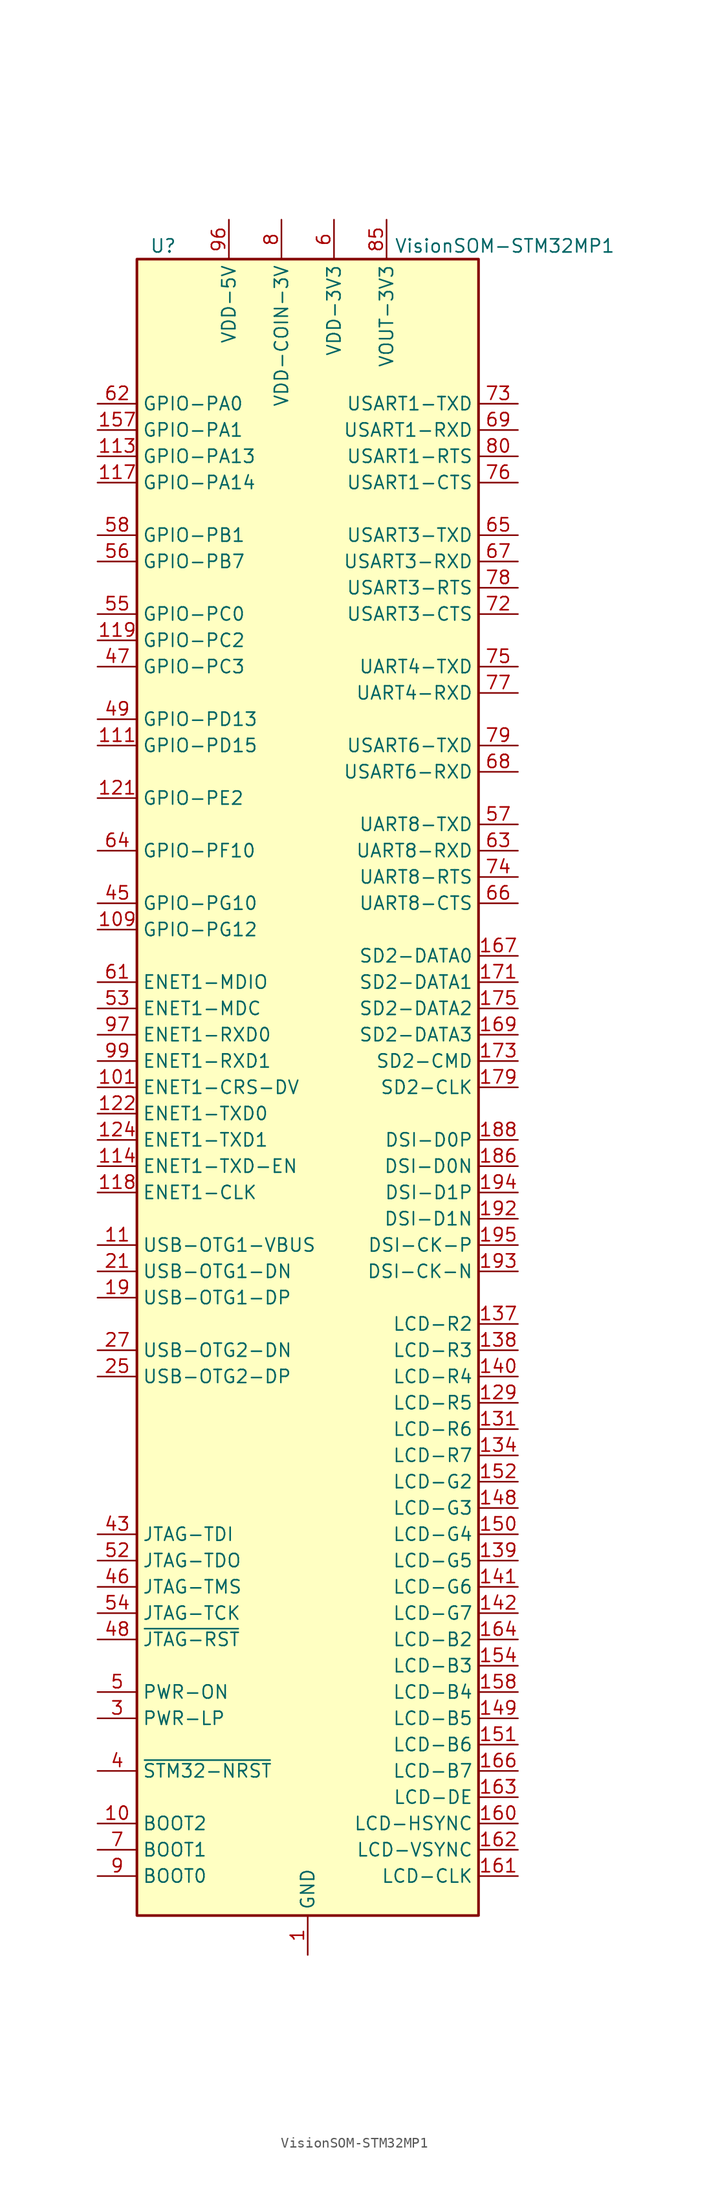
<source format=kicad_sym>
(kicad_symbol_lib
  (version 20241209)
  (generator "kicad_symbol_editor")
  (generator_version "9.0")
  (symbol "VisionSOM-STM32MP1"
    (property "Reference" "U"
      (at -13.97 81.28 0)
      (effects (font (size 1.27 1.27))))
    (property "Value" "VisionSOM-STM32MP1"
      (at 19.05 81.28 0)
      (effects (font (size 1.27 1.27))))
    (symbol "VisionSOM-STM32MP1_0_1"
      (rectangle (start -16.51 80.01) (end 16.51 -80.01) (stroke (width 0.254) (type default)) (fill (type background))))
    (symbol "VisionSOM-STM32MP1_1_1"
      (pin bidirectional line (at -20.32 66.04 0) (length 3.81) (name "GPIO-PA0" (effects (font (size 1.27 1.27)))) (number "62" (effects (font (size 1.27 1.27)))))
      (pin bidirectional line (at -20.32 63.5 0) (length 3.81) (name "GPIO-PA1" (effects (font (size 1.27 1.27)))) (number "157" (effects (font (size 1.27 1.27)))))
      (pin bidirectional line (at -20.32 60.96 0) (length 3.81) (name "GPIO-PA13" (effects (font (size 1.27 1.27)))) (number "113" (effects (font (size 1.27 1.27)))))
      (pin bidirectional line (at -20.32 58.42 0) (length 3.81) (name "GPIO-PA14" (effects (font (size 1.27 1.27)))) (number "117" (effects (font (size 1.27 1.27)))))
      (pin bidirectional line (at -20.32 53.34 0) (length 3.81) (name "GPIO-PB1" (effects (font (size 1.27 1.27)))) (number "58" (effects (font (size 1.27 1.27)))))
      (pin bidirectional line (at -20.32 50.8 0) (length 3.81) (name "GPIO-PB7" (effects (font (size 1.27 1.27)))) (number "56" (effects (font (size 1.27 1.27)))))
      (pin bidirectional line (at -20.32 45.72 0) (length 3.81) (name "GPIO-PC0" (effects (font (size 1.27 1.27)))) (number "55" (effects (font (size 1.27 1.27)))))
      (pin bidirectional line (at -20.32 43.18 0) (length 3.81) (name "GPIO-PC2" (effects (font (size 1.27 1.27)))) (number "119" (effects (font (size 1.27 1.27)))))
      (pin bidirectional line (at -20.32 40.64 0) (length 3.81) (name "GPIO-PC3" (effects (font (size 1.27 1.27)))) (number "47" (effects (font (size 1.27 1.27)))))
      (pin bidirectional line (at -20.32 35.56 0) (length 3.81) (name "GPIO-PD13" (effects (font (size 1.27 1.27)))) (number "49" (effects (font (size 1.27 1.27)))))
      (pin bidirectional line (at -20.32 33.02 0) (length 3.81) (name "GPIO-PD15" (effects (font (size 1.27 1.27)))) (number "111" (effects (font (size 1.27 1.27)))))
      (pin bidirectional line (at -20.32 27.94 0) (length 3.81) (name "GPIO-PE2" (effects (font (size 1.27 1.27)))) (number "121" (effects (font (size 1.27 1.27)))))
      (pin bidirectional line (at -20.32 22.86 0) (length 3.81) (name "GPIO-PF10" (effects (font (size 1.27 1.27)))) (number "64" (effects (font (size 1.27 1.27)))))
      (pin bidirectional line (at -20.32 17.78 0) (length 3.81) (name "GPIO-PG10" (effects (font (size 1.27 1.27)))) (number "45" (effects (font (size 1.27 1.27)))))
      (pin bidirectional line (at -20.32 15.24 0) (length 3.81) (name "GPIO-PG12" (effects (font (size 1.27 1.27)))) (number "109" (effects (font (size 1.27 1.27)))))
      (pin bidirectional line (at -20.32 10.16 0) (length 3.81) (name "ENET1-MDIO" (effects (font (size 1.27 1.27)))) (number "61" (effects (font (size 1.27 1.27)))))
      (pin bidirectional line (at -20.32 7.62 0) (length 3.81) (name "ENET1-MDC" (effects (font (size 1.27 1.27)))) (number "53" (effects (font (size 1.27 1.27)))))
      (pin bidirectional line (at -20.32 5.08 0) (length 3.81) (name "ENET1-RXD0" (effects (font (size 1.27 1.27)))) (number "97" (effects (font (size 1.27 1.27)))))
      (pin bidirectional line (at -20.32 2.54 0) (length 3.81) (name "ENET1-RXD1" (effects (font (size 1.27 1.27)))) (number "99" (effects (font (size 1.27 1.27)))))
      (pin bidirectional line (at -20.32 0 0) (length 3.81) (name "ENET1-CRS-DV" (effects (font (size 1.27 1.27)))) (number "101" (effects (font (size 1.27 1.27)))))
      (pin bidirectional line (at -20.32 -2.54 0) (length 3.81) (name "ENET1-TXD0" (effects (font (size 1.27 1.27)))) (number "122" (effects (font (size 1.27 1.27)))))
      (pin bidirectional line (at -20.32 -5.08 0) (length 3.81) (name "ENET1-TXD1" (effects (font (size 1.27 1.27)))) (number "124" (effects (font (size 1.27 1.27)))))
      (pin bidirectional line (at -20.32 -7.62 0) (length 3.81) (name "ENET1-TXD-EN" (effects (font (size 1.27 1.27)))) (number "114" (effects (font (size 1.27 1.27)))))
      (pin bidirectional line (at -20.32 -10.16 0) (length 3.81) (name "ENET1-CLK" (effects (font (size 1.27 1.27)))) (number "118" (effects (font (size 1.27 1.27)))))
      (pin input line (at -20.32 -15.24 0) (length 3.81) (name "USB-OTG1-VBUS" (effects (font (size 1.27 1.27)))) (number "11" (effects (font (size 1.27 1.27)))))
      (pin bidirectional line (at -20.32 -17.78 0) (length 3.81) (name "USB-OTG1-DN" (effects (font (size 1.27 1.27)))) (number "21" (effects (font (size 1.27 1.27)))))
      (pin bidirectional line (at -20.32 -20.32 0) (length 3.81) (name "USB-OTG1-DP" (effects (font (size 1.27 1.27)))) (number "19" (effects (font (size 1.27 1.27)))))
      (pin bidirectional line (at -20.32 -25.4 0) (length 3.81) (name "USB-OTG2-DN" (effects (font (size 1.27 1.27)))) (number "27" (effects (font (size 1.27 1.27)))))
      (pin bidirectional line (at -20.32 -27.94 0) (length 3.81) (name "USB-OTG2-DP" (effects (font (size 1.27 1.27)))) (number "25" (effects (font (size 1.27 1.27)))))
      (pin bidirectional line (at -20.32 -43.18 0) (length 3.81) (name "JTAG-TDI" (effects (font (size 1.27 1.27)))) (number "43" (effects (font (size 1.27 1.27)))))
      (pin bidirectional line (at -20.32 -45.72 0) (length 3.81) (name "JTAG-TDO" (effects (font (size 1.27 1.27)))) (number "52" (effects (font (size 1.27 1.27)))))
      (pin bidirectional line (at -20.32 -48.26 0) (length 3.81) (name "JTAG-TMS" (effects (font (size 1.27 1.27)))) (number "46" (effects (font (size 1.27 1.27)))))
      (pin bidirectional line (at -20.32 -50.8 0) (length 3.81) (name "JTAG-TCK" (effects (font (size 1.27 1.27)))) (number "54" (effects (font (size 1.27 1.27)))))
      (pin bidirectional line (at -20.32 -53.34 0) (length 3.81) (name "~{JTAG-RST}" (effects (font (size 1.27 1.27)))) (number "48" (effects (font (size 1.27 1.27)))))
      (pin output line (at -20.32 -58.42 0) (length 3.81) (name "PWR-ON" (effects (font (size 1.27 1.27)))) (number "5" (effects (font (size 1.27 1.27)))))
      (pin output line (at -20.32 -60.96 0) (length 3.81) (name "PWR-LP" (effects (font (size 1.27 1.27)))) (number "3" (effects (font (size 1.27 1.27)))))
      (pin input line (at -20.32 -66.04 0) (length 3.81) (name "~{STM32-NRST}" (effects (font (size 1.27 1.27)))) (number "4" (effects (font (size 1.27 1.27)))))
      (pin input line (at -20.32 -71.12 0) (length 3.81) (name "BOOT2" (effects (font (size 1.27 1.27)))) (number "10" (effects (font (size 1.27 1.27)))))
      (pin input line (at -20.32 -73.66 0) (length 3.81) (name "BOOT1" (effects (font (size 1.27 1.27)))) (number "7" (effects (font (size 1.27 1.27)))))
      (pin input line (at -20.32 -76.2 0) (length 3.81) (name "BOOT0" (effects (font (size 1.27 1.27)))) (number "9" (effects (font (size 1.27 1.27)))))
      (pin no_connect line (at -15.24 73.66 0) (length 3.81) (hide yes) (name "NC" (effects (font (size 1.27 1.27)))) (number "12" (effects (font (size 1.27 1.27)))))
      (pin no_connect line (at -15.24 71.12 0) (length 3.81) (hide yes) (name "NC" (effects (font (size 1.27 1.27)))) (number "13" (effects (font (size 1.27 1.27)))))
      (pin no_connect line (at -15.24 68.58 0) (length 3.81) (hide yes) (name "NC" (effects (font (size 1.27 1.27)))) (number "14" (effects (font (size 1.27 1.27)))))
      (pin no_connect line (at -15.24 55.88 0) (length 3.81) (hide yes) (name "NC" (effects (font (size 1.27 1.27)))) (number "16" (effects (font (size 1.27 1.27)))))
      (pin no_connect line (at -15.24 48.26 0) (length 3.81) (hide yes) (name "NC" (effects (font (size 1.27 1.27)))) (number "18" (effects (font (size 1.27 1.27)))))
      (pin no_connect line (at -15.24 38.1 0) (length 3.81) (hide yes) (name "NC" (effects (font (size 1.27 1.27)))) (number "24" (effects (font (size 1.27 1.27)))))
      (pin no_connect line (at -15.24 30.48 0) (length 3.81) (hide yes) (name "NC" (effects (font (size 1.27 1.27)))) (number "30" (effects (font (size 1.27 1.27)))))
      (pin no_connect line (at -15.24 25.4 0) (length 3.81) (hide yes) (name "NC" (effects (font (size 1.27 1.27)))) (number "31" (effects (font (size 1.27 1.27)))))
      (pin no_connect line (at -15.24 20.32 0) (length 3.81) (hide yes) (name "NC" (effects (font (size 1.27 1.27)))) (number "32" (effects (font (size 1.27 1.27)))))
      (pin no_connect line (at -15.24 12.7 0) (length 3.81) (hide yes) (name "NC" (effects (font (size 1.27 1.27)))) (number "33" (effects (font (size 1.27 1.27)))))
      (pin no_connect line (at -15.24 -12.7 0) (length 3.81) (hide yes) (name "NC" (effects (font (size 1.27 1.27)))) (number "34" (effects (font (size 1.27 1.27)))))
      (pin no_connect line (at -15.24 -22.86 0) (length 3.81) (hide yes) (name "NC" (effects (font (size 1.27 1.27)))) (number "36" (effects (font (size 1.27 1.27)))))
      (pin no_connect line (at -15.24 -30.48 0) (length 3.81) (hide yes) (name "NC" (effects (font (size 1.27 1.27)))) (number "37" (effects (font (size 1.27 1.27)))))
      (pin no_connect line (at -15.24 -33.02 0) (length 3.81) (hide yes) (name "NC" (effects (font (size 1.27 1.27)))) (number "39" (effects (font (size 1.27 1.27)))))
      (pin no_connect line (at -15.24 -35.56 0) (length 3.81) (hide yes) (name "NC" (effects (font (size 1.27 1.27)))) (number "42" (effects (font (size 1.27 1.27)))))
      (pin no_connect line (at -15.24 -38.1 0) (length 3.81) (hide yes) (name "NC" (effects (font (size 1.27 1.27)))) (number "44" (effects (font (size 1.27 1.27)))))
      (pin no_connect line (at -15.24 -40.64 0) (length 3.81) (hide yes) (name "NC" (effects (font (size 1.27 1.27)))) (number "83" (effects (font (size 1.27 1.27)))))
      (pin no_connect line (at -15.24 -55.88 0) (length 3.81) (hide yes) (name "NC" (effects (font (size 1.27 1.27)))) (number "86" (effects (font (size 1.27 1.27)))))
      (pin no_connect line (at -15.24 -63.5 0) (length 3.81) (hide yes) (name "NC" (effects (font (size 1.27 1.27)))) (number "94" (effects (font (size 1.27 1.27)))))
      (pin no_connect line (at -15.24 -68.58 0) (length 3.81) (hide yes) (name "NC" (effects (font (size 1.27 1.27)))) (number "95" (effects (font (size 1.27 1.27)))))
      (pin passive line (at -7.62 83.82 270) (length 3.81) (hide yes) (name "VDD-5V" (effects (font (size 1.27 1.27)))) (number "100" (effects (font (size 1.27 1.27)))))
      (pin passive line (at -7.62 83.82 270) (length 3.81) (hide yes) (name "VDD-5V" (effects (font (size 1.27 1.27)))) (number "102" (effects (font (size 1.27 1.27)))))
      (pin passive line (at -7.62 83.82 270) (length 3.81) (hide yes) (name "VDD-5V" (effects (font (size 1.27 1.27)))) (number "104" (effects (font (size 1.27 1.27)))))
      (pin passive line (at -7.62 83.82 270) (length 3.81) (hide yes) (name "VDD-5V" (effects (font (size 1.27 1.27)))) (number "106" (effects (font (size 1.27 1.27)))))
      (pin passive line (at -7.62 83.82 270) (length 3.81) (hide yes) (name "VDD-5V" (effects (font (size 1.27 1.27)))) (number "108" (effects (font (size 1.27 1.27)))))
      (pin passive line (at -7.62 83.82 270) (length 3.81) (hide yes) (name "VDD-5V" (effects (font (size 1.27 1.27)))) (number "110" (effects (font (size 1.27 1.27)))))
      (pin passive line (at -7.62 83.82 270) (length 3.81) (hide yes) (name "VDD-5V" (effects (font (size 1.27 1.27)))) (number "112" (effects (font (size 1.27 1.27)))))
      (pin power_in line (at -7.62 83.82 270) (length 3.81) (name "VDD-5V" (effects (font (size 1.27 1.27)))) (number "96" (effects (font (size 1.27 1.27)))))
      (pin passive line (at -7.62 83.82 270) (length 3.81) (hide yes) (name "VDD-5V" (effects (font (size 1.27 1.27)))) (number "98" (effects (font (size 1.27 1.27)))))
      (pin power_in line (at -2.54 83.82 270) (length 3.81) (name "VDD-COIN-3V" (effects (font (size 1.27 1.27)))) (number "8" (effects (font (size 1.27 1.27)))))
      (pin power_in line (at 0 -83.82 90) (length 3.81) (name "GND" (effects (font (size 1.27 1.27)))) (number "1" (effects (font (size 1.27 1.27)))))
      (pin passive line (at 0 -83.82 90) (length 3.81) (hide yes) (name "GND" (effects (font (size 1.27 1.27)))) (number "103" (effects (font (size 1.27 1.27)))))
      (pin passive line (at 0 -83.82 90) (length 3.81) (hide yes) (name "GND" (effects (font (size 1.27 1.27)))) (number "107" (effects (font (size 1.27 1.27)))))
      (pin passive line (at 0 -83.82 90) (length 3.81) (hide yes) (name "GND" (effects (font (size 1.27 1.27)))) (number "115" (effects (font (size 1.27 1.27)))))
      (pin passive line (at 0 -83.82 90) (length 3.81) (hide yes) (name "GND" (effects (font (size 1.27 1.27)))) (number "116" (effects (font (size 1.27 1.27)))))
      (pin passive line (at 0 -83.82 90) (length 3.81) (hide yes) (name "GND" (effects (font (size 1.27 1.27)))) (number "120" (effects (font (size 1.27 1.27)))))
      (pin passive line (at 0 -83.82 90) (length 3.81) (hide yes) (name "GND" (effects (font (size 1.27 1.27)))) (number "125" (effects (font (size 1.27 1.27)))))
      (pin passive line (at 0 -83.82 90) (length 3.81) (hide yes) (name "GND" (effects (font (size 1.27 1.27)))) (number "127" (effects (font (size 1.27 1.27)))))
      (pin passive line (at 0 -83.82 90) (length 3.81) (hide yes) (name "GND" (effects (font (size 1.27 1.27)))) (number "128" (effects (font (size 1.27 1.27)))))
      (pin passive line (at 0 -83.82 90) (length 3.81) (hide yes) (name "GND" (effects (font (size 1.27 1.27)))) (number "130" (effects (font (size 1.27 1.27)))))
      (pin passive line (at 0 -83.82 90) (length 3.81) (hide yes) (name "GND" (effects (font (size 1.27 1.27)))) (number "132" (effects (font (size 1.27 1.27)))))
      (pin passive line (at 0 -83.82 90) (length 3.81) (hide yes) (name "GND" (effects (font (size 1.27 1.27)))) (number "133" (effects (font (size 1.27 1.27)))))
      (pin passive line (at 0 -83.82 90) (length 3.81) (hide yes) (name "GND" (effects (font (size 1.27 1.27)))) (number "135" (effects (font (size 1.27 1.27)))))
      (pin passive line (at 0 -83.82 90) (length 3.81) (hide yes) (name "GND" (effects (font (size 1.27 1.27)))) (number "136" (effects (font (size 1.27 1.27)))))
      (pin passive line (at 0 -83.82 90) (length 3.81) (hide yes) (name "GND" (effects (font (size 1.27 1.27)))) (number "143" (effects (font (size 1.27 1.27)))))
      (pin passive line (at 0 -83.82 90) (length 3.81) (hide yes) (name "GND" (effects (font (size 1.27 1.27)))) (number "144" (effects (font (size 1.27 1.27)))))
      (pin passive line (at 0 -83.82 90) (length 3.81) (hide yes) (name "GND" (effects (font (size 1.27 1.27)))) (number "145" (effects (font (size 1.27 1.27)))))
      (pin passive line (at 0 -83.82 90) (length 3.81) (hide yes) (name "GND" (effects (font (size 1.27 1.27)))) (number "146" (effects (font (size 1.27 1.27)))))
      (pin passive line (at 0 -83.82 90) (length 3.81) (hide yes) (name "GND" (effects (font (size 1.27 1.27)))) (number "147" (effects (font (size 1.27 1.27)))))
      (pin passive line (at 0 -83.82 90) (length 3.81) (hide yes) (name "GND" (effects (font (size 1.27 1.27)))) (number "15" (effects (font (size 1.27 1.27)))))
      (pin passive line (at 0 -83.82 90) (length 3.81) (hide yes) (name "GND" (effects (font (size 1.27 1.27)))) (number "153" (effects (font (size 1.27 1.27)))))
      (pin passive line (at 0 -83.82 90) (length 3.81) (hide yes) (name "GND" (effects (font (size 1.27 1.27)))) (number "155" (effects (font (size 1.27 1.27)))))
      (pin passive line (at 0 -83.82 90) (length 3.81) (hide yes) (name "GND" (effects (font (size 1.27 1.27)))) (number "156" (effects (font (size 1.27 1.27)))))
      (pin passive line (at 0 -83.82 90) (length 3.81) (hide yes) (name "GND" (effects (font (size 1.27 1.27)))) (number "159" (effects (font (size 1.27 1.27)))))
      (pin passive line (at 0 -83.82 90) (length 3.81) (hide yes) (name "GND" (effects (font (size 1.27 1.27)))) (number "165" (effects (font (size 1.27 1.27)))))
      (pin passive line (at 0 -83.82 90) (length 3.81) (hide yes) (name "GND" (effects (font (size 1.27 1.27)))) (number "168" (effects (font (size 1.27 1.27)))))
      (pin passive line (at 0 -83.82 90) (length 3.81) (hide yes) (name "GND" (effects (font (size 1.27 1.27)))) (number "17" (effects (font (size 1.27 1.27)))))
      (pin passive line (at 0 -83.82 90) (length 3.81) (hide yes) (name "GND" (effects (font (size 1.27 1.27)))) (number "170" (effects (font (size 1.27 1.27)))))
      (pin passive line (at 0 -83.82 90) (length 3.81) (hide yes) (name "GND" (effects (font (size 1.27 1.27)))) (number "172" (effects (font (size 1.27 1.27)))))
      (pin passive line (at 0 -83.82 90) (length 3.81) (hide yes) (name "GND" (effects (font (size 1.27 1.27)))) (number "174" (effects (font (size 1.27 1.27)))))
      (pin passive line (at 0 -83.82 90) (length 3.81) (hide yes) (name "GND" (effects (font (size 1.27 1.27)))) (number "176" (effects (font (size 1.27 1.27)))))
      (pin passive line (at 0 -83.82 90) (length 3.81) (hide yes) (name "GND" (effects (font (size 1.27 1.27)))) (number "177" (effects (font (size 1.27 1.27)))))
      (pin passive line (at 0 -83.82 90) (length 3.81) (hide yes) (name "GND" (effects (font (size 1.27 1.27)))) (number "178" (effects (font (size 1.27 1.27)))))
      (pin passive line (at 0 -83.82 90) (length 3.81) (hide yes) (name "GND" (effects (font (size 1.27 1.27)))) (number "180" (effects (font (size 1.27 1.27)))))
      (pin passive line (at 0 -83.82 90) (length 3.81) (hide yes) (name "GND" (effects (font (size 1.27 1.27)))) (number "181" (effects (font (size 1.27 1.27)))))
      (pin passive line (at 0 -83.82 90) (length 3.81) (hide yes) (name "GND" (effects (font (size 1.27 1.27)))) (number "182" (effects (font (size 1.27 1.27)))))
      (pin passive line (at 0 -83.82 90) (length 3.81) (hide yes) (name "GND" (effects (font (size 1.27 1.27)))) (number "184" (effects (font (size 1.27 1.27)))))
      (pin passive line (at 0 -83.82 90) (length 3.81) (hide yes) (name "GND" (effects (font (size 1.27 1.27)))) (number "185" (effects (font (size 1.27 1.27)))))
      (pin passive line (at 0 -83.82 90) (length 3.81) (hide yes) (name "GND" (effects (font (size 1.27 1.27)))) (number "189" (effects (font (size 1.27 1.27)))))
      (pin passive line (at 0 -83.82 90) (length 3.81) (hide yes) (name "GND" (effects (font (size 1.27 1.27)))) (number "199" (effects (font (size 1.27 1.27)))))
      (pin passive line (at 0 -83.82 90) (length 3.81) (hide yes) (name "GND" (effects (font (size 1.27 1.27)))) (number "2" (effects (font (size 1.27 1.27)))))
      (pin passive line (at 0 -83.82 90) (length 3.81) (hide yes) (name "GND" (effects (font (size 1.27 1.27)))) (number "20" (effects (font (size 1.27 1.27)))))
      (pin passive line (at 0 -83.82 90) (length 3.81) (hide yes) (name "GND" (effects (font (size 1.27 1.27)))) (number "200" (effects (font (size 1.27 1.27)))))
      (pin passive line (at 0 -83.82 90) (length 3.81) (hide yes) (name "GND" (effects (font (size 1.27 1.27)))) (number "22" (effects (font (size 1.27 1.27)))))
      (pin passive line (at 0 -83.82 90) (length 3.81) (hide yes) (name "GND" (effects (font (size 1.27 1.27)))) (number "23" (effects (font (size 1.27 1.27)))))
      (pin passive line (at 0 -83.82 90) (length 3.81) (hide yes) (name "GND" (effects (font (size 1.27 1.27)))) (number "26" (effects (font (size 1.27 1.27)))))
      (pin passive line (at 0 -83.82 90) (length 3.81) (hide yes) (name "GND" (effects (font (size 1.27 1.27)))) (number "28" (effects (font (size 1.27 1.27)))))
      (pin passive line (at 0 -83.82 90) (length 3.81) (hide yes) (name "GND" (effects (font (size 1.27 1.27)))) (number "29" (effects (font (size 1.27 1.27)))))
      (pin passive line (at 0 -83.82 90) (length 3.81) (hide yes) (name "GND" (effects (font (size 1.27 1.27)))) (number "35" (effects (font (size 1.27 1.27)))))
      (pin passive line (at 0 -83.82 90) (length 3.81) (hide yes) (name "GND" (effects (font (size 1.27 1.27)))) (number "38" (effects (font (size 1.27 1.27)))))
      (pin passive line (at 0 -83.82 90) (length 3.81) (hide yes) (name "GND" (effects (font (size 1.27 1.27)))) (number "40" (effects (font (size 1.27 1.27)))))
      (pin passive line (at 0 -83.82 90) (length 3.81) (hide yes) (name "GND" (effects (font (size 1.27 1.27)))) (number "41" (effects (font (size 1.27 1.27)))))
      (pin passive line (at 0 -83.82 90) (length 3.81) (hide yes) (name "GND" (effects (font (size 1.27 1.27)))) (number "50" (effects (font (size 1.27 1.27)))))
      (pin passive line (at 0 -83.82 90) (length 3.81) (hide yes) (name "GND" (effects (font (size 1.27 1.27)))) (number "51" (effects (font (size 1.27 1.27)))))
      (pin passive line (at 0 -83.82 90) (length 3.81) (hide yes) (name "GND" (effects (font (size 1.27 1.27)))) (number "59" (effects (font (size 1.27 1.27)))))
      (pin passive line (at 0 -83.82 90) (length 3.81) (hide yes) (name "GND" (effects (font (size 1.27 1.27)))) (number "60" (effects (font (size 1.27 1.27)))))
      (pin passive line (at 0 -83.82 90) (length 3.81) (hide yes) (name "GND" (effects (font (size 1.27 1.27)))) (number "70" (effects (font (size 1.27 1.27)))))
      (pin passive line (at 0 -83.82 90) (length 3.81) (hide yes) (name "GND" (effects (font (size 1.27 1.27)))) (number "71" (effects (font (size 1.27 1.27)))))
      (pin passive line (at 0 -83.82 90) (length 3.81) (hide yes) (name "GND" (effects (font (size 1.27 1.27)))) (number "81" (effects (font (size 1.27 1.27)))))
      (pin passive line (at 0 -83.82 90) (length 3.81) (hide yes) (name "GND" (effects (font (size 1.27 1.27)))) (number "82" (effects (font (size 1.27 1.27)))))
      (pin passive line (at 0 -83.82 90) (length 3.81) (hide yes) (name "GND" (effects (font (size 1.27 1.27)))) (number "84" (effects (font (size 1.27 1.27)))))
      (pin power_in line (at 2.54 83.82 270) (length 3.81) (name "VDD-3V3" (effects (font (size 1.27 1.27)))) (number "6" (effects (font (size 1.27 1.27)))))
      (pin power_out line (at 7.62 83.82 270) (length 3.81) (name "VOUT-3V3" (effects (font (size 1.27 1.27)))) (number "85" (effects (font (size 1.27 1.27)))))
      (pin passive line (at 7.62 83.82 270) (length 3.81) (hide yes) (name "VOUT-3V3" (effects (font (size 1.27 1.27)))) (number "87" (effects (font (size 1.27 1.27)))))
      (pin passive line (at 7.62 83.82 270) (length 3.81) (hide yes) (name "VOUT-3V3" (effects (font (size 1.27 1.27)))) (number "88" (effects (font (size 1.27 1.27)))))
      (pin passive line (at 7.62 83.82 270) (length 3.81) (hide yes) (name "VOUT-3V3" (effects (font (size 1.27 1.27)))) (number "89" (effects (font (size 1.27 1.27)))))
      (pin passive line (at 7.62 83.82 270) (length 3.81) (hide yes) (name "VOUT-3V3" (effects (font (size 1.27 1.27)))) (number "90" (effects (font (size 1.27 1.27)))))
      (pin passive line (at 7.62 83.82 270) (length 3.81) (hide yes) (name "VOUT-3V3" (effects (font (size 1.27 1.27)))) (number "91" (effects (font (size 1.27 1.27)))))
      (pin passive line (at 7.62 83.82 270) (length 3.81) (hide yes) (name "VOUT-3V3" (effects (font (size 1.27 1.27)))) (number "92" (effects (font (size 1.27 1.27)))))
      (pin passive line (at 7.62 83.82 270) (length 3.81) (hide yes) (name "VOUT-3V3" (effects (font (size 1.27 1.27)))) (number "93" (effects (font (size 1.27 1.27)))))
      (pin no_connect line (at 15.24 73.66 180) (length 3.81) (hide yes) (name "NC" (effects (font (size 1.27 1.27)))) (number "105" (effects (font (size 1.27 1.27)))))
      (pin no_connect line (at 15.24 71.12 180) (length 3.81) (hide yes) (name "NC" (effects (font (size 1.27 1.27)))) (number "123" (effects (font (size 1.27 1.27)))))
      (pin no_connect line (at 15.24 68.58 180) (length 3.81) (hide yes) (name "NC" (effects (font (size 1.27 1.27)))) (number "126" (effects (font (size 1.27 1.27)))))
      (pin no_connect line (at 15.24 55.88 180) (length 3.81) (hide yes) (name "NC" (effects (font (size 1.27 1.27)))) (number "183" (effects (font (size 1.27 1.27)))))
      (pin no_connect line (at 15.24 43.18 180) (length 3.81) (hide yes) (name "NC" (effects (font (size 1.27 1.27)))) (number "187" (effects (font (size 1.27 1.27)))))
      (pin no_connect line (at 15.24 35.56 180) (length 3.81) (hide yes) (name "NC" (effects (font (size 1.27 1.27)))) (number "190" (effects (font (size 1.27 1.27)))))
      (pin no_connect line (at 15.24 27.94 180) (length 3.81) (hide yes) (name "NC" (effects (font (size 1.27 1.27)))) (number "191" (effects (font (size 1.27 1.27)))))
      (pin no_connect line (at 15.24 15.24 180) (length 3.81) (hide yes) (name "NC" (effects (font (size 1.27 1.27)))) (number "196" (effects (font (size 1.27 1.27)))))
      (pin no_connect line (at 15.24 -2.54 180) (length 3.81) (hide yes) (name "NC" (effects (font (size 1.27 1.27)))) (number "197" (effects (font (size 1.27 1.27)))))
      (pin no_connect line (at 15.24 -20.32 180) (length 3.81) (hide yes) (name "NC" (effects (font (size 1.27 1.27)))) (number "198" (effects (font (size 1.27 1.27)))))
      (pin bidirectional line (at 20.32 66.04 180) (length 3.81) (name "USART1-TXD" (effects (font (size 1.27 1.27)))) (number "73" (effects (font (size 1.27 1.27)))))
      (pin bidirectional line (at 20.32 63.5 180) (length 3.81) (name "USART1-RXD" (effects (font (size 1.27 1.27)))) (number "69" (effects (font (size 1.27 1.27)))))
      (pin bidirectional line (at 20.32 60.96 180) (length 3.81) (name "USART1-RTS" (effects (font (size 1.27 1.27)))) (number "80" (effects (font (size 1.27 1.27)))))
      (pin bidirectional line (at 20.32 58.42 180) (length 3.81) (name "USART1-CTS" (effects (font (size 1.27 1.27)))) (number "76" (effects (font (size 1.27 1.27)))))
      (pin bidirectional line (at 20.32 53.34 180) (length 3.81) (name "USART3-TXD" (effects (font (size 1.27 1.27)))) (number "65" (effects (font (size 1.27 1.27)))))
      (pin bidirectional line (at 20.32 50.8 180) (length 3.81) (name "USART3-RXD" (effects (font (size 1.27 1.27)))) (number "67" (effects (font (size 1.27 1.27)))))
      (pin bidirectional line (at 20.32 48.26 180) (length 3.81) (name "USART3-RTS" (effects (font (size 1.27 1.27)))) (number "78" (effects (font (size 1.27 1.27)))))
      (pin bidirectional line (at 20.32 45.72 180) (length 3.81) (name "USART3-CTS" (effects (font (size 1.27 1.27)))) (number "72" (effects (font (size 1.27 1.27)))))
      (pin bidirectional line (at 20.32 40.64 180) (length 3.81) (name "UART4-TXD" (effects (font (size 1.27 1.27)))) (number "75" (effects (font (size 1.27 1.27)))))
      (pin bidirectional line (at 20.32 38.1 180) (length 3.81) (name "UART4-RXD" (effects (font (size 1.27 1.27)))) (number "77" (effects (font (size 1.27 1.27)))))
      (pin bidirectional line (at 20.32 33.02 180) (length 3.81) (name "USART6-TXD" (effects (font (size 1.27 1.27)))) (number "79" (effects (font (size 1.27 1.27)))))
      (pin bidirectional line (at 20.32 30.48 180) (length 3.81) (name "USART6-RXD" (effects (font (size 1.27 1.27)))) (number "68" (effects (font (size 1.27 1.27)))))
      (pin bidirectional line (at 20.32 25.4 180) (length 3.81) (name "UART8-TXD" (effects (font (size 1.27 1.27)))) (number "57" (effects (font (size 1.27 1.27)))))
      (pin bidirectional line (at 20.32 22.86 180) (length 3.81) (name "UART8-RXD" (effects (font (size 1.27 1.27)))) (number "63" (effects (font (size 1.27 1.27)))))
      (pin bidirectional line (at 20.32 20.32 180) (length 3.81) (name "UART8-RTS" (effects (font (size 1.27 1.27)))) (number "74" (effects (font (size 1.27 1.27)))))
      (pin bidirectional line (at 20.32 17.78 180) (length 3.81) (name "UART8-CTS" (effects (font (size 1.27 1.27)))) (number "66" (effects (font (size 1.27 1.27)))))
      (pin bidirectional line (at 20.32 12.7 180) (length 3.81) (name "SD2-DATA0" (effects (font (size 1.27 1.27)))) (number "167" (effects (font (size 1.27 1.27)))))
      (pin bidirectional line (at 20.32 10.16 180) (length 3.81) (name "SD2-DATA1" (effects (font (size 1.27 1.27)))) (number "171" (effects (font (size 1.27 1.27)))))
      (pin bidirectional line (at 20.32 7.62 180) (length 3.81) (name "SD2-DATA2" (effects (font (size 1.27 1.27)))) (number "175" (effects (font (size 1.27 1.27)))))
      (pin bidirectional line (at 20.32 5.08 180) (length 3.81) (name "SD2-DATA3" (effects (font (size 1.27 1.27)))) (number "169" (effects (font (size 1.27 1.27)))))
      (pin bidirectional line (at 20.32 2.54 180) (length 3.81) (name "SD2-CMD" (effects (font (size 1.27 1.27)))) (number "173" (effects (font (size 1.27 1.27)))))
      (pin bidirectional line (at 20.32 0 180) (length 3.81) (name "SD2-CLK" (effects (font (size 1.27 1.27)))) (number "179" (effects (font (size 1.27 1.27)))))
      (pin bidirectional line (at 20.32 -5.08 180) (length 3.81) (name "DSI-D0P" (effects (font (size 1.27 1.27)))) (number "188" (effects (font (size 1.27 1.27)))))
      (pin bidirectional line (at 20.32 -7.62 180) (length 3.81) (name "DSI-D0N" (effects (font (size 1.27 1.27)))) (number "186" (effects (font (size 1.27 1.27)))))
      (pin bidirectional line (at 20.32 -10.16 180) (length 3.81) (name "DSI-D1P" (effects (font (size 1.27 1.27)))) (number "194" (effects (font (size 1.27 1.27)))))
      (pin bidirectional line (at 20.32 -12.7 180) (length 3.81) (name "DSI-D1N" (effects (font (size 1.27 1.27)))) (number "192" (effects (font (size 1.27 1.27)))))
      (pin bidirectional line (at 20.32 -15.24 180) (length 3.81) (name "DSI-CK-P" (effects (font (size 1.27 1.27)))) (number "195" (effects (font (size 1.27 1.27)))))
      (pin bidirectional line (at 20.32 -17.78 180) (length 3.81) (name "DSI-CK-N" (effects (font (size 1.27 1.27)))) (number "193" (effects (font (size 1.27 1.27)))))
      (pin bidirectional line (at 20.32 -22.86 180) (length 3.81) (name "LCD-R2" (effects (font (size 1.27 1.27)))) (number "137" (effects (font (size 1.27 1.27)))))
      (pin bidirectional line (at 20.32 -25.4 180) (length 3.81) (name "LCD-R3" (effects (font (size 1.27 1.27)))) (number "138" (effects (font (size 1.27 1.27)))))
      (pin bidirectional line (at 20.32 -27.94 180) (length 3.81) (name "LCD-R4" (effects (font (size 1.27 1.27)))) (number "140" (effects (font (size 1.27 1.27)))))
      (pin bidirectional line (at 20.32 -30.48 180) (length 3.81) (name "LCD-R5" (effects (font (size 1.27 1.27)))) (number "129" (effects (font (size 1.27 1.27)))))
      (pin bidirectional line (at 20.32 -33.02 180) (length 3.81) (name "LCD-R6" (effects (font (size 1.27 1.27)))) (number "131" (effects (font (size 1.27 1.27)))))
      (pin bidirectional line (at 20.32 -35.56 180) (length 3.81) (name "LCD-R7" (effects (font (size 1.27 1.27)))) (number "134" (effects (font (size 1.27 1.27)))))
      (pin bidirectional line (at 20.32 -38.1 180) (length 3.81) (name "LCD-G2" (effects (font (size 1.27 1.27)))) (number "152" (effects (font (size 1.27 1.27)))))
      (pin bidirectional line (at 20.32 -40.64 180) (length 3.81) (name "LCD-G3" (effects (font (size 1.27 1.27)))) (number "148" (effects (font (size 1.27 1.27)))))
      (pin bidirectional line (at 20.32 -43.18 180) (length 3.81) (name "LCD-G4" (effects (font (size 1.27 1.27)))) (number "150" (effects (font (size 1.27 1.27)))))
      (pin bidirectional line (at 20.32 -45.72 180) (length 3.81) (name "LCD-G5" (effects (font (size 1.27 1.27)))) (number "139" (effects (font (size 1.27 1.27)))))
      (pin bidirectional line (at 20.32 -48.26 180) (length 3.81) (name "LCD-G6" (effects (font (size 1.27 1.27)))) (number "141" (effects (font (size 1.27 1.27)))))
      (pin bidirectional line (at 20.32 -50.8 180) (length 3.81) (name "LCD-G7" (effects (font (size 1.27 1.27)))) (number "142" (effects (font (size 1.27 1.27)))))
      (pin bidirectional line (at 20.32 -53.34 180) (length 3.81) (name "LCD-B2" (effects (font (size 1.27 1.27)))) (number "164" (effects (font (size 1.27 1.27)))))
      (pin bidirectional line (at 20.32 -55.88 180) (length 3.81) (name "LCD-B3" (effects (font (size 1.27 1.27)))) (number "154" (effects (font (size 1.27 1.27)))))
      (pin bidirectional line (at 20.32 -58.42 180) (length 3.81) (name "LCD-B4" (effects (font (size 1.27 1.27)))) (number "158" (effects (font (size 1.27 1.27)))))
      (pin bidirectional line (at 20.32 -60.96 180) (length 3.81) (name "LCD-B5" (effects (font (size 1.27 1.27)))) (number "149" (effects (font (size 1.27 1.27)))))
      (pin bidirectional line (at 20.32 -63.5 180) (length 3.81) (name "LCD-B6" (effects (font (size 1.27 1.27)))) (number "151" (effects (font (size 1.27 1.27)))))
      (pin bidirectional line (at 20.32 -66.04 180) (length 3.81) (name "LCD-B7" (effects (font (size 1.27 1.27)))) (number "166" (effects (font (size 1.27 1.27)))))
      (pin bidirectional line (at 20.32 -68.58 180) (length 3.81) (name "LCD-DE" (effects (font (size 1.27 1.27)))) (number "163" (effects (font (size 1.27 1.27)))))
      (pin bidirectional line (at 20.32 -71.12 180) (length 3.81) (name "LCD-HSYNC" (effects (font (size 1.27 1.27)))) (number "160" (effects (font (size 1.27 1.27)))))
      (pin bidirectional line (at 20.32 -73.66 180) (length 3.81) (name "LCD-VSYNC" (effects (font (size 1.27 1.27)))) (number "162" (effects (font (size 1.27 1.27)))))
      (pin bidirectional line (at 20.32 -76.2 180) (length 3.81) (name "LCD-CLK" (effects (font (size 1.27 1.27)))) (number "161" (effects (font (size 1.27 1.27))))))))
</source>
